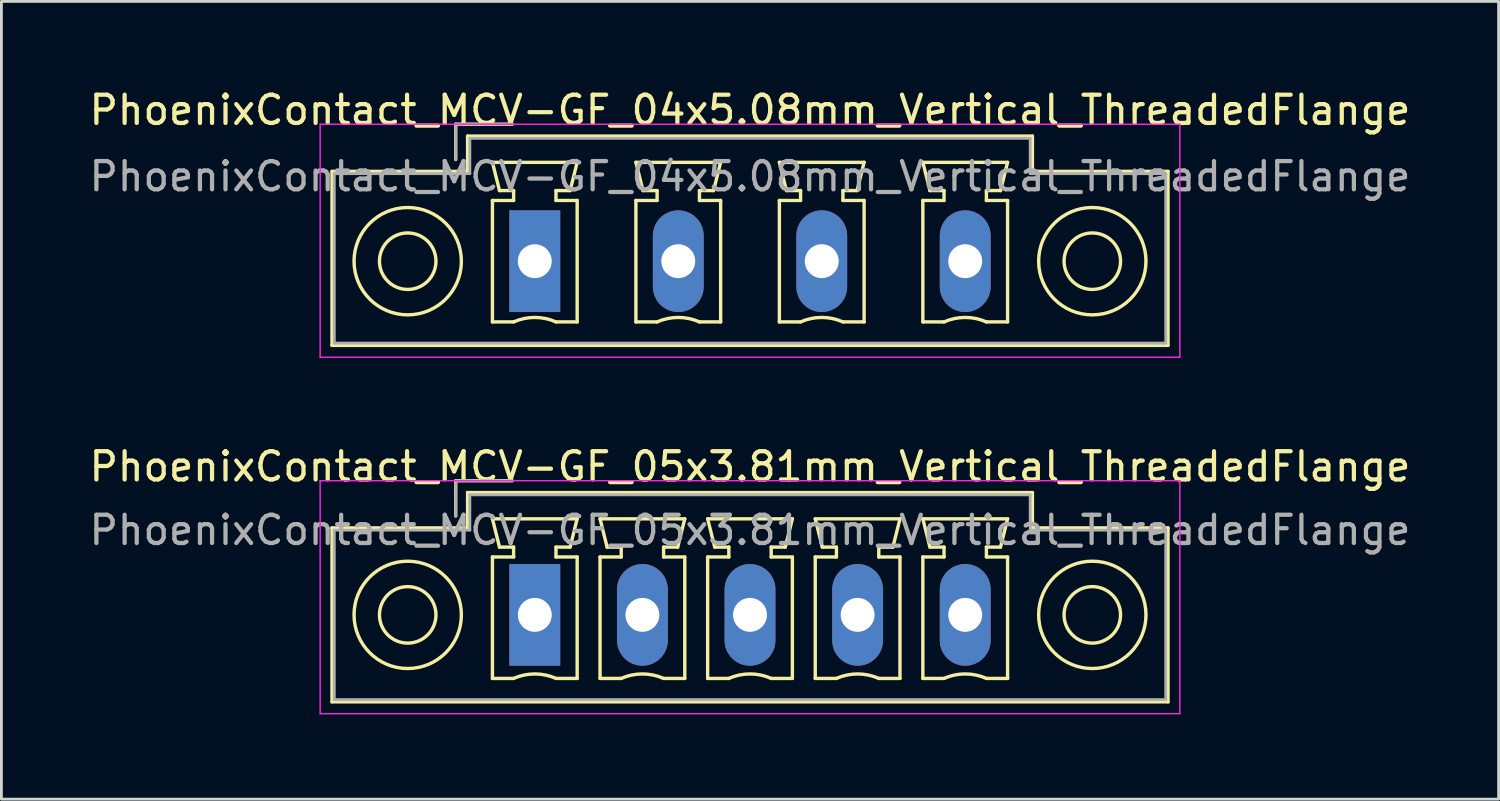
<source format=kicad_pcb>
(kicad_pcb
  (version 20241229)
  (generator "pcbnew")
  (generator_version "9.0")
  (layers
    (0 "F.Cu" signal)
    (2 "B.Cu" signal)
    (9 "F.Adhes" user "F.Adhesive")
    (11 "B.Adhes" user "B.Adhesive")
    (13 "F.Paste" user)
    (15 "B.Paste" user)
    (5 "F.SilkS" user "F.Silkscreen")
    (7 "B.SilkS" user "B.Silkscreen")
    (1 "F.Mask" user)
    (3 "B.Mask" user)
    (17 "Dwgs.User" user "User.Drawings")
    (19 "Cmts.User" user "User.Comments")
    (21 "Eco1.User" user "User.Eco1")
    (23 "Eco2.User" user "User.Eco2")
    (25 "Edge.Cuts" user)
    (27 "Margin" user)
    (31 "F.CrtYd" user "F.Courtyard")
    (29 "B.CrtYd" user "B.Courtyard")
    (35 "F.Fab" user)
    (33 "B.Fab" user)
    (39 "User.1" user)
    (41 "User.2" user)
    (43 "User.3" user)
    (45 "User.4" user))
  (footprint "PhoenixContact_MCV-GF_05x3.81mm_Vertical_ThreadedFlange"
    (layer "F.Cu")
    (at 15.886 18.721)
    (property "Reference" "PhoenixContact_MCV-GF_05x3.81mm_Vertical_ThreadedFlange" (at 7.62 -5.25 0) (layer "F.SilkS") (effects (font (size 1 1) (thickness 0.15))))
    (attr through_hole)
    (fp_line (start -7.18 -3.08) (end -7.18 3.08) (stroke (width 0.12) (type solid)) (layer "F.SilkS"))
    (fp_line (start -7.18 3.08) (end 22.42 3.08) (stroke (width 0.12) (type solid)) (layer "F.SilkS"))
    (fp_line (start -2.8 -4.75) (end -0.8 -4.75) (stroke (width 0.12) (type solid)) (layer "F.SilkS"))
    (fp_line (start -2.8 -3.5) (end -2.8 -4.75) (stroke (width 0.12) (type solid)) (layer "F.SilkS"))
    (fp_line (start -2.38 -4.33) (end -2.38 -3.08) (stroke (width 0.12) (type solid)) (layer "F.SilkS"))
    (fp_line (start -2.38 -3.08) (end -7.18 -3.08) (stroke (width 0.12) (type solid)) (layer "F.SilkS"))
    (fp_line (start -1.5 -3.4) (end 1.5 -3.4) (stroke (width 0.12) (type solid)) (layer "F.SilkS"))
    (fp_line (start -1.5 -2.05) (end -0.75 -2.05) (stroke (width 0.12) (type solid)) (layer "F.SilkS"))
    (fp_line (start -1.5 2.25) (end -1.5 -2.05) (stroke (width 0.12) (type solid)) (layer "F.SilkS"))
    (fp_line (start -1.25 -2.4) (end -1.5 -3.4) (stroke (width 0.12) (type solid)) (layer "F.SilkS"))
    (fp_line (start -0.75 -2.4) (end -1.25 -2.4) (stroke (width 0.12) (type solid)) (layer "F.SilkS"))
    (fp_line (start -0.75 -2.05) (end -0.75 -2.4) (stroke (width 0.12) (type solid)) (layer "F.SilkS"))
    (fp_line (start -0.75 2.25) (end -1.5 2.25) (stroke (width 0.12) (type solid)) (layer "F.SilkS"))
    (fp_line (start 0.75 -2.4) (end 0.75 -2.05) (stroke (width 0.12) (type solid)) (layer "F.SilkS"))
    (fp_line (start 0.75 -2.05) (end 1.5 -2.05) (stroke (width 0.12) (type solid)) (layer "F.SilkS"))
    (fp_line (start 1.25 -2.4) (end 0.75 -2.4) (stroke (width 0.12) (type solid)) (layer "F.SilkS"))
    (fp_line (start 1.5 -3.4) (end 1.25 -2.4) (stroke (width 0.12) (type solid)) (layer "F.SilkS"))
    (fp_line (start 1.5 -2.05) (end 1.5 2.25) (stroke (width 0.12) (type solid)) (layer "F.SilkS"))
    (fp_line (start 1.5 2.25) (end 0.75 2.25) (stroke (width 0.12) (type solid)) (layer "F.SilkS"))
    (fp_line (start 2.31 -3.4) (end 5.31 -3.4) (stroke (width 0.12) (type solid)) (layer "F.SilkS"))
    (fp_line (start 2.31 -2.05) (end 3.06 -2.05) (stroke (width 0.12) (type solid)) (layer "F.SilkS"))
    (fp_line (start 2.31 2.25) (end 2.31 -2.05) (stroke (width 0.12) (type solid)) (layer "F.SilkS"))
    (fp_line (start 2.56 -2.4) (end 2.31 -3.4) (stroke (width 0.12) (type solid)) (layer "F.SilkS"))
    (fp_line (start 3.06 -2.4) (end 2.56 -2.4) (stroke (width 0.12) (type solid)) (layer "F.SilkS"))
    (fp_line (start 3.06 -2.05) (end 3.06 -2.4) (stroke (width 0.12) (type solid)) (layer "F.SilkS"))
    (fp_line (start 3.06 2.25) (end 2.31 2.25) (stroke (width 0.12) (type solid)) (layer "F.SilkS"))
    (fp_line (start 4.56 -2.4) (end 4.56 -2.05) (stroke (width 0.12) (type solid)) (layer "F.SilkS"))
    (fp_line (start 4.56 -2.05) (end 5.31 -2.05) (stroke (width 0.12) (type solid)) (layer "F.SilkS"))
    (fp_line (start 5.06 -2.4) (end 4.56 -2.4) (stroke (width 0.12) (type solid)) (layer "F.SilkS"))
    (fp_line (start 5.31 -3.4) (end 5.06 -2.4) (stroke (width 0.12) (type solid)) (layer "F.SilkS"))
    (fp_line (start 5.31 -2.05) (end 5.31 2.25) (stroke (width 0.12) (type solid)) (layer "F.SilkS"))
    (fp_line (start 5.31 2.25) (end 4.56 2.25) (stroke (width 0.12) (type solid)) (layer "F.SilkS"))
    (fp_line (start 6.12 -3.4) (end 9.12 -3.4) (stroke (width 0.12) (type solid)) (layer "F.SilkS"))
    (fp_line (start 6.12 -2.05) (end 6.87 -2.05) (stroke (width 0.12) (type solid)) (layer "F.SilkS"))
    (fp_line (start 6.12 2.25) (end 6.12 -2.05) (stroke (width 0.12) (type solid)) (layer "F.SilkS"))
    (fp_line (start 6.37 -2.4) (end 6.12 -3.4) (stroke (width 0.12) (type solid)) (layer "F.SilkS"))
    (fp_line (start 6.87 -2.4) (end 6.37 -2.4) (stroke (width 0.12) (type solid)) (layer "F.SilkS"))
    (fp_line (start 6.87 -2.05) (end 6.87 -2.4) (stroke (width 0.12) (type solid)) (layer "F.SilkS"))
    (fp_line (start 6.87 2.25) (end 6.12 2.25) (stroke (width 0.12) (type solid)) (layer "F.SilkS"))
    (fp_line (start 8.37 -2.4) (end 8.37 -2.05) (stroke (width 0.12) (type solid)) (layer "F.SilkS"))
    (fp_line (start 8.37 -2.05) (end 9.12 -2.05) (stroke (width 0.12) (type solid)) (layer "F.SilkS"))
    (fp_line (start 8.87 -2.4) (end 8.37 -2.4) (stroke (width 0.12) (type solid)) (layer "F.SilkS"))
    (fp_line (start 9.12 -3.4) (end 8.87 -2.4) (stroke (width 0.12) (type solid)) (layer "F.SilkS"))
    (fp_line (start 9.12 -2.05) (end 9.12 2.25) (stroke (width 0.12) (type solid)) (layer "F.SilkS"))
    (fp_line (start 9.12 2.25) (end 8.37 2.25) (stroke (width 0.12) (type solid)) (layer "F.SilkS"))
    (fp_line (start 9.93 -3.4) (end 12.93 -3.4) (stroke (width 0.12) (type solid)) (layer "F.SilkS"))
    (fp_line (start 9.93 -2.05) (end 10.68 -2.05) (stroke (width 0.12) (type solid)) (layer "F.SilkS"))
    (fp_line (start 9.93 2.25) (end 9.93 -2.05) (stroke (width 0.12) (type solid)) (layer "F.SilkS"))
    (fp_line (start 10.18 -2.4) (end 9.93 -3.4) (stroke (width 0.12) (type solid)) (layer "F.SilkS"))
    (fp_line (start 10.68 -2.4) (end 10.18 -2.4) (stroke (width 0.12) (type solid)) (layer "F.SilkS"))
    (fp_line (start 10.68 -2.05) (end 10.68 -2.4) (stroke (width 0.12) (type solid)) (layer "F.SilkS"))
    (fp_line (start 10.68 2.25) (end 9.93 2.25) (stroke (width 0.12) (type solid)) (layer "F.SilkS"))
    (fp_line (start 12.18 -2.4) (end 12.18 -2.05) (stroke (width 0.12) (type solid)) (layer "F.SilkS"))
    (fp_line (start 12.18 -2.05) (end 12.93 -2.05) (stroke (width 0.12) (type solid)) (layer "F.SilkS"))
    (fp_line (start 12.68 -2.4) (end 12.18 -2.4) (stroke (width 0.12) (type solid)) (layer "F.SilkS"))
    (fp_line (start 12.93 -3.4) (end 12.68 -2.4) (stroke (width 0.12) (type solid)) (layer "F.SilkS"))
    (fp_line (start 12.93 -2.05) (end 12.93 2.25) (stroke (width 0.12) (type solid)) (layer "F.SilkS"))
    (fp_line (start 12.93 2.25) (end 12.18 2.25) (stroke (width 0.12) (type solid)) (layer "F.SilkS"))
    (fp_line (start 13.74 -3.4) (end 16.74 -3.4) (stroke (width 0.12) (type solid)) (layer "F.SilkS"))
    (fp_line (start 13.74 -2.05) (end 14.49 -2.05) (stroke (width 0.12) (type solid)) (layer "F.SilkS"))
    (fp_line (start 13.74 2.25) (end 13.74 -2.05) (stroke (width 0.12) (type solid)) (layer "F.SilkS"))
    (fp_line (start 13.99 -2.4) (end 13.74 -3.4) (stroke (width 0.12) (type solid)) (layer "F.SilkS"))
    (fp_line (start 14.49 -2.4) (end 13.99 -2.4) (stroke (width 0.12) (type solid)) (layer "F.SilkS"))
    (fp_line (start 14.49 -2.05) (end 14.49 -2.4) (stroke (width 0.12) (type solid)) (layer "F.SilkS"))
    (fp_line (start 14.49 2.25) (end 13.74 2.25) (stroke (width 0.12) (type solid)) (layer "F.SilkS"))
    (fp_line (start 15.99 -2.4) (end 15.99 -2.05) (stroke (width 0.12) (type solid)) (layer "F.SilkS"))
    (fp_line (start 15.99 -2.05) (end 16.74 -2.05) (stroke (width 0.12) (type solid)) (layer "F.SilkS"))
    (fp_line (start 16.49 -2.4) (end 15.99 -2.4) (stroke (width 0.12) (type solid)) (layer "F.SilkS"))
    (fp_line (start 16.74 -3.4) (end 16.49 -2.4) (stroke (width 0.12) (type solid)) (layer "F.SilkS"))
    (fp_line (start 16.74 -2.05) (end 16.74 2.25) (stroke (width 0.12) (type solid)) (layer "F.SilkS"))
    (fp_line (start 16.74 2.25) (end 15.99 2.25) (stroke (width 0.12) (type solid)) (layer "F.SilkS"))
    (fp_line (start 17.62 -4.33) (end -2.38 -4.33) (stroke (width 0.12) (type solid)) (layer "F.SilkS"))
    (fp_line (start 17.62 -3.08) (end 17.62 -4.33) (stroke (width 0.12) (type solid)) (layer "F.SilkS"))
    (fp_line (start 22.42 -3.08) (end 17.62 -3.08) (stroke (width 0.12) (type solid)) (layer "F.SilkS"))
    (fp_line (start 22.42 3.08) (end 22.42 -3.08) (stroke (width 0.12) (type solid)) (layer "F.SilkS"))
    (fp_arc (start -0.75 2.25) (mid -0.000193 2.09191) (end 0.749647 2.249844) (stroke (width 0.12) (type solid)) (layer "F.SilkS"))
    (fp_arc (start 3.06 2.25) (mid 3.809807 2.09191) (end 4.559647 2.249844) (stroke (width 0.12) (type solid)) (layer "F.SilkS"))
    (fp_arc (start 6.87 2.25) (mid 7.619807 2.09191) (end 8.369647 2.249844) (stroke (width 0.12) (type solid)) (layer "F.SilkS"))
    (fp_arc (start 10.68 2.25) (mid 11.429807 2.09191) (end 12.179647 2.249844) (stroke (width 0.12) (type solid)) (layer "F.SilkS"))
    (fp_arc (start 14.49 2.25) (mid 15.239807 2.09191) (end 15.989647 2.249844) (stroke (width 0.12) (type solid)) (layer "F.SilkS"))
    (fp_circle (center -4.5 0) (end -3.5 0) (stroke (width 0.12) (type solid)) (fill no) (layer "F.SilkS"))
    (fp_circle (center -4.5 0) (end -2.6 0) (stroke (width 0.12) (type solid)) (fill no) (layer "F.SilkS"))
    (fp_circle (center 19.74 0) (end 20.74 0) (stroke (width 0.12) (type solid)) (fill no) (layer "F.SilkS"))
    (fp_circle (center 19.74 0) (end 21.64 0) (stroke (width 0.12) (type solid)) (fill no) (layer "F.SilkS"))
    (fp_line (start -7.6 -4.75) (end -7.6 3.5) (stroke (width 0.05) (type solid)) (layer "F.CrtYd"))
    (fp_line (start -7.6 3.5) (end 22.84 3.5) (stroke (width 0.05) (type solid)) (layer "F.CrtYd"))
    (fp_line (start 22.84 -4.75) (end -7.6 -4.75) (stroke (width 0.05) (type solid)) (layer "F.CrtYd"))
    (fp_line (start 22.84 3.5) (end 22.84 -4.75) (stroke (width 0.05) (type solid)) (layer "F.CrtYd"))
    (fp_line (start -7.1 -3) (end -7.1 3) (stroke (width 0.1) (type solid)) (layer "F.Fab"))
    (fp_line (start -7.1 3) (end 22.34 3) (stroke (width 0.1) (type solid)) (layer "F.Fab"))
    (fp_line (start -2.8 -4.75) (end -0.8 -4.75) (stroke (width 0.1) (type solid)) (layer "F.Fab"))
    (fp_line (start -2.8 -3.5) (end -2.8 -4.75) (stroke (width 0.1) (type solid)) (layer "F.Fab"))
    (fp_line (start -2.3 -4.25) (end -2.3 -3) (stroke (width 0.1) (type solid)) (layer "F.Fab"))
    (fp_line (start -2.3 -3) (end -7.1 -3) (stroke (width 0.1) (type solid)) (layer "F.Fab"))
    (fp_line (start 17.54 -4.25) (end -2.3 -4.25) (stroke (width 0.1) (type solid)) (layer "F.Fab"))
    (fp_line (start 17.54 -3) (end 17.54 -4.25) (stroke (width 0.1) (type solid)) (layer "F.Fab"))
    (fp_line (start 22.34 -3) (end 17.54 -3) (stroke (width 0.1) (type solid)) (layer "F.Fab"))
    (fp_line (start 22.34 3) (end 22.34 -3) (stroke (width 0.1) (type solid)) (layer "F.Fab"))
    (fp_text user "${REFERENCE}" (at 7.62 -3 0) (layer "F.Fab") (effects (font (size 1 1) (thickness 0.15))))
    (pad "1" thru_hole rect (at 0 0) (size 1.8 3.6) (drill 1.2) (layers "*.Cu" "*.Mask"))
    (pad "2" thru_hole oval (at 3.81 0) (size 1.8 3.6) (drill 1.2) (layers "*.Cu" "*.Mask"))
    (pad "3" thru_hole oval (at 7.62 0) (size 1.8 3.6) (drill 1.2) (layers "*.Cu" "*.Mask"))
    (pad "4" thru_hole oval (at 11.43 0) (size 1.8 3.6) (drill 1.2) (layers "*.Cu" "*.Mask"))
    (pad "5" thru_hole oval (at 15.24 0) (size 1.8 3.6) (drill 1.2) (layers "*.Cu" "*.Mask")))
  (footprint "PhoenixContact_MCV-GF_04x5.08mm_Vertical_ThreadedFlange"
    (layer "F.Cu")
    (at 15.886 6.198)
    (property "Reference" "PhoenixContact_MCV-GF_04x5.08mm_Vertical_ThreadedFlange" (at 7.62 -5.35 0) (layer "F.SilkS") (effects (font (size 1 1) (thickness 0.15))))
    (attr through_hole)
    (fp_line (start -7.18 -3.18) (end -7.18 2.98) (stroke (width 0.12) (type solid)) (layer "F.SilkS"))
    (fp_line (start -7.18 2.98) (end 22.42 2.98) (stroke (width 0.12) (type solid)) (layer "F.SilkS"))
    (fp_line (start -2.8 -4.85) (end -0.8 -4.85) (stroke (width 0.12) (type solid)) (layer "F.SilkS"))
    (fp_line (start -2.8 -3.6) (end -2.8 -4.85) (stroke (width 0.12) (type solid)) (layer "F.SilkS"))
    (fp_line (start -2.38 -4.43) (end -2.38 -3.18) (stroke (width 0.12) (type solid)) (layer "F.SilkS"))
    (fp_line (start -2.38 -3.18) (end -7.18 -3.18) (stroke (width 0.12) (type solid)) (layer "F.SilkS"))
    (fp_line (start -1.5 -3.5) (end 1.5 -3.5) (stroke (width 0.12) (type solid)) (layer "F.SilkS"))
    (fp_line (start -1.5 -2.15) (end -0.75 -2.15) (stroke (width 0.12) (type solid)) (layer "F.SilkS"))
    (fp_line (start -1.5 2.15) (end -1.5 -2.15) (stroke (width 0.12) (type solid)) (layer "F.SilkS"))
    (fp_line (start -1.25 -2.5) (end -1.5 -3.5) (stroke (width 0.12) (type solid)) (layer "F.SilkS"))
    (fp_line (start -0.75 -2.5) (end -1.25 -2.5) (stroke (width 0.12) (type solid)) (layer "F.SilkS"))
    (fp_line (start -0.75 -2.15) (end -0.75 -2.5) (stroke (width 0.12) (type solid)) (layer "F.SilkS"))
    (fp_line (start -0.75 2.15) (end -1.5 2.15) (stroke (width 0.12) (type solid)) (layer "F.SilkS"))
    (fp_line (start 0.75 -2.5) (end 0.75 -2.15) (stroke (width 0.12) (type solid)) (layer "F.SilkS"))
    (fp_line (start 0.75 -2.15) (end 1.5 -2.15) (stroke (width 0.12) (type solid)) (layer "F.SilkS"))
    (fp_line (start 1.25 -2.5) (end 0.75 -2.5) (stroke (width 0.12) (type solid)) (layer "F.SilkS"))
    (fp_line (start 1.5 -3.5) (end 1.25 -2.5) (stroke (width 0.12) (type solid)) (layer "F.SilkS"))
    (fp_line (start 1.5 -2.15) (end 1.5 2.15) (stroke (width 0.12) (type solid)) (layer "F.SilkS"))
    (fp_line (start 1.5 2.15) (end 0.75 2.15) (stroke (width 0.12) (type solid)) (layer "F.SilkS"))
    (fp_line (start 3.58 -3.5) (end 6.58 -3.5) (stroke (width 0.12) (type solid)) (layer "F.SilkS"))
    (fp_line (start 3.58 -2.15) (end 4.33 -2.15) (stroke (width 0.12) (type solid)) (layer "F.SilkS"))
    (fp_line (start 3.58 2.15) (end 3.58 -2.15) (stroke (width 0.12) (type solid)) (layer "F.SilkS"))
    (fp_line (start 3.83 -2.5) (end 3.58 -3.5) (stroke (width 0.12) (type solid)) (layer "F.SilkS"))
    (fp_line (start 4.33 -2.5) (end 3.83 -2.5) (stroke (width 0.12) (type solid)) (layer "F.SilkS"))
    (fp_line (start 4.33 -2.15) (end 4.33 -2.5) (stroke (width 0.12) (type solid)) (layer "F.SilkS"))
    (fp_line (start 4.33 2.15) (end 3.58 2.15) (stroke (width 0.12) (type solid)) (layer "F.SilkS"))
    (fp_line (start 5.83 -2.5) (end 5.83 -2.15) (stroke (width 0.12) (type solid)) (layer "F.SilkS"))
    (fp_line (start 5.83 -2.15) (end 6.58 -2.15) (stroke (width 0.12) (type solid)) (layer "F.SilkS"))
    (fp_line (start 6.33 -2.5) (end 5.83 -2.5) (stroke (width 0.12) (type solid)) (layer "F.SilkS"))
    (fp_line (start 6.58 -3.5) (end 6.33 -2.5) (stroke (width 0.12) (type solid)) (layer "F.SilkS"))
    (fp_line (start 6.58 -2.15) (end 6.58 2.15) (stroke (width 0.12) (type solid)) (layer "F.SilkS"))
    (fp_line (start 6.58 2.15) (end 5.83 2.15) (stroke (width 0.12) (type solid)) (layer "F.SilkS"))
    (fp_line (start 8.66 -3.5) (end 11.66 -3.5) (stroke (width 0.12) (type solid)) (layer "F.SilkS"))
    (fp_line (start 8.66 -2.15) (end 9.41 -2.15) (stroke (width 0.12) (type solid)) (layer "F.SilkS"))
    (fp_line (start 8.66 2.15) (end 8.66 -2.15) (stroke (width 0.12) (type solid)) (layer "F.SilkS"))
    (fp_line (start 8.91 -2.5) (end 8.66 -3.5) (stroke (width 0.12) (type solid)) (layer "F.SilkS"))
    (fp_line (start 9.41 -2.5) (end 8.91 -2.5) (stroke (width 0.12) (type solid)) (layer "F.SilkS"))
    (fp_line (start 9.41 -2.15) (end 9.41 -2.5) (stroke (width 0.12) (type solid)) (layer "F.SilkS"))
    (fp_line (start 9.41 2.15) (end 8.66 2.15) (stroke (width 0.12) (type solid)) (layer "F.SilkS"))
    (fp_line (start 10.91 -2.5) (end 10.91 -2.15) (stroke (width 0.12) (type solid)) (layer "F.SilkS"))
    (fp_line (start 10.91 -2.15) (end 11.66 -2.15) (stroke (width 0.12) (type solid)) (layer "F.SilkS"))
    (fp_line (start 11.41 -2.5) (end 10.91 -2.5) (stroke (width 0.12) (type solid)) (layer "F.SilkS"))
    (fp_line (start 11.66 -3.5) (end 11.41 -2.5) (stroke (width 0.12) (type solid)) (layer "F.SilkS"))
    (fp_line (start 11.66 -2.15) (end 11.66 2.15) (stroke (width 0.12) (type solid)) (layer "F.SilkS"))
    (fp_line (start 11.66 2.15) (end 10.91 2.15) (stroke (width 0.12) (type solid)) (layer "F.SilkS"))
    (fp_line (start 13.74 -3.5) (end 16.74 -3.5) (stroke (width 0.12) (type solid)) (layer "F.SilkS"))
    (fp_line (start 13.74 -2.15) (end 14.49 -2.15) (stroke (width 0.12) (type solid)) (layer "F.SilkS"))
    (fp_line (start 13.74 2.15) (end 13.74 -2.15) (stroke (width 0.12) (type solid)) (layer "F.SilkS"))
    (fp_line (start 13.99 -2.5) (end 13.74 -3.5) (stroke (width 0.12) (type solid)) (layer "F.SilkS"))
    (fp_line (start 14.49 -2.5) (end 13.99 -2.5) (stroke (width 0.12) (type solid)) (layer "F.SilkS"))
    (fp_line (start 14.49 -2.15) (end 14.49 -2.5) (stroke (width 0.12) (type solid)) (layer "F.SilkS"))
    (fp_line (start 14.49 2.15) (end 13.74 2.15) (stroke (width 0.12) (type solid)) (layer "F.SilkS"))
    (fp_line (start 15.99 -2.5) (end 15.99 -2.15) (stroke (width 0.12) (type solid)) (layer "F.SilkS"))
    (fp_line (start 15.99 -2.15) (end 16.74 -2.15) (stroke (width 0.12) (type solid)) (layer "F.SilkS"))
    (fp_line (start 16.49 -2.5) (end 15.99 -2.5) (stroke (width 0.12) (type solid)) (layer "F.SilkS"))
    (fp_line (start 16.74 -3.5) (end 16.49 -2.5) (stroke (width 0.12) (type solid)) (layer "F.SilkS"))
    (fp_line (start 16.74 -2.15) (end 16.74 2.15) (stroke (width 0.12) (type solid)) (layer "F.SilkS"))
    (fp_line (start 16.74 2.15) (end 15.99 2.15) (stroke (width 0.12) (type solid)) (layer "F.SilkS"))
    (fp_line (start 17.62 -4.43) (end -2.38 -4.43) (stroke (width 0.12) (type solid)) (layer "F.SilkS"))
    (fp_line (start 17.62 -3.18) (end 17.62 -4.43) (stroke (width 0.12) (type solid)) (layer "F.SilkS"))
    (fp_line (start 22.42 -3.18) (end 17.62 -3.18) (stroke (width 0.12) (type solid)) (layer "F.SilkS"))
    (fp_line (start 22.42 2.98) (end 22.42 -3.18) (stroke (width 0.12) (type solid)) (layer "F.SilkS"))
    (fp_arc (start -0.75 2.15) (mid -0.000193 1.99191) (end 0.749647 2.149844) (stroke (width 0.12) (type solid)) (layer "F.SilkS"))
    (fp_arc (start 4.33 2.15) (mid 5.079807 1.99191) (end 5.829647 2.149844) (stroke (width 0.12) (type solid)) (layer "F.SilkS"))
    (fp_arc (start 9.41 2.15) (mid 10.159807 1.99191) (end 10.909647 2.149844) (stroke (width 0.12) (type solid)) (layer "F.SilkS"))
    (fp_arc (start 14.49 2.15) (mid 15.239807 1.99191) (end 15.989647 2.149844) (stroke (width 0.12) (type solid)) (layer "F.SilkS"))
    (fp_circle (center -4.5 0) (end -3.5 0) (stroke (width 0.12) (type solid)) (fill no) (layer "F.SilkS"))
    (fp_circle (center -4.5 0) (end -2.6 0) (stroke (width 0.12) (type solid)) (fill no) (layer "F.SilkS"))
    (fp_circle (center 19.74 0) (end 20.74 0) (stroke (width 0.12) (type solid)) (fill no) (layer "F.SilkS"))
    (fp_circle (center 19.74 0) (end 21.64 0) (stroke (width 0.12) (type solid)) (fill no) (layer "F.SilkS"))
    (fp_line (start -7.6 -4.85) (end -7.6 3.4) (stroke (width 0.05) (type solid)) (layer "F.CrtYd"))
    (fp_line (start -7.6 3.4) (end 22.84 3.4) (stroke (width 0.05) (type solid)) (layer "F.CrtYd"))
    (fp_line (start 22.84 -4.85) (end -7.6 -4.85) (stroke (width 0.05) (type solid)) (layer "F.CrtYd"))
    (fp_line (start 22.84 3.4) (end 22.84 -4.85) (stroke (width 0.05) (type solid)) (layer "F.CrtYd"))
    (fp_line (start -7.1 -3.1) (end -7.1 2.9) (stroke (width 0.1) (type solid)) (layer "F.Fab"))
    (fp_line (start -7.1 2.9) (end 22.34 2.9) (stroke (width 0.1) (type solid)) (layer "F.Fab"))
    (fp_line (start -2.8 -4.85) (end -0.8 -4.85) (stroke (width 0.1) (type solid)) (layer "F.Fab"))
    (fp_line (start -2.8 -3.6) (end -2.8 -4.85) (stroke (width 0.1) (type solid)) (layer "F.Fab"))
    (fp_line (start -2.3 -4.35) (end -2.3 -3.1) (stroke (width 0.1) (type solid)) (layer "F.Fab"))
    (fp_line (start -2.3 -3.1) (end -7.1 -3.1) (stroke (width 0.1) (type solid)) (layer "F.Fab"))
    (fp_line (start 17.54 -4.35) (end -2.3 -4.35) (stroke (width 0.1) (type solid)) (layer "F.Fab"))
    (fp_line (start 17.54 -3.1) (end 17.54 -4.35) (stroke (width 0.1) (type solid)) (layer "F.Fab"))
    (fp_line (start 22.34 -3.1) (end 17.54 -3.1) (stroke (width 0.1) (type solid)) (layer "F.Fab"))
    (fp_line (start 22.34 2.9) (end 22.34 -3.1) (stroke (width 0.1) (type solid)) (layer "F.Fab"))
    (fp_text user "${REFERENCE}" (at 7.62 -3 0) (layer "F.Fab") (effects (font (size 1 1) (thickness 0.15))))
    (pad "1" thru_hole rect (at 0 0) (size 1.8 3.6) (drill 1.2) (layers "*.Cu" "*.Mask"))
    (pad "2" thru_hole oval (at 5.08 0) (size 1.8 3.6) (drill 1.2) (layers "*.Cu" "*.Mask"))
    (pad "3" thru_hole oval (at 10.16 0) (size 1.8 3.6) (drill 1.2) (layers "*.Cu" "*.Mask"))
    (pad "4" thru_hole oval (at 15.24 0) (size 1.8 3.6) (drill 1.2) (layers "*.Cu" "*.Mask")))
  (gr_rect
    (start -3 -3)
    (end 50.012 25.247)
    (stroke (width 0.1) (type default))
    (fill no)
    (layer "Edge.Cuts")))
</source>
